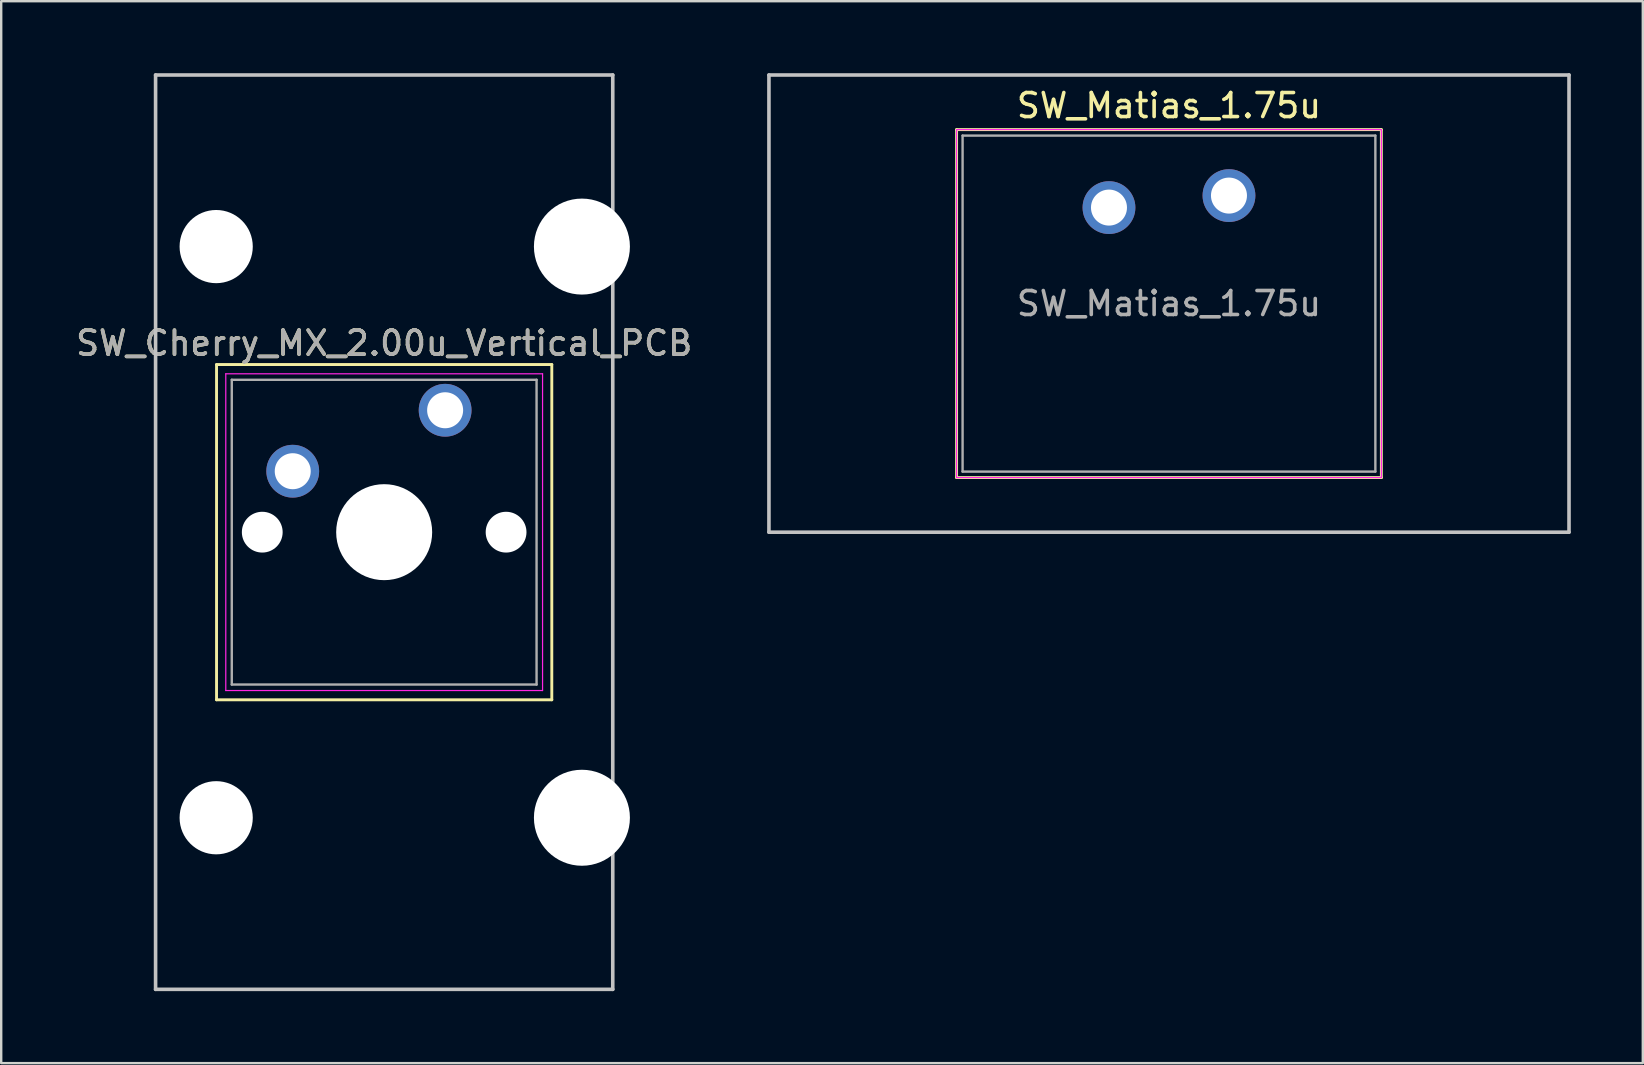
<source format=kicad_pcb>
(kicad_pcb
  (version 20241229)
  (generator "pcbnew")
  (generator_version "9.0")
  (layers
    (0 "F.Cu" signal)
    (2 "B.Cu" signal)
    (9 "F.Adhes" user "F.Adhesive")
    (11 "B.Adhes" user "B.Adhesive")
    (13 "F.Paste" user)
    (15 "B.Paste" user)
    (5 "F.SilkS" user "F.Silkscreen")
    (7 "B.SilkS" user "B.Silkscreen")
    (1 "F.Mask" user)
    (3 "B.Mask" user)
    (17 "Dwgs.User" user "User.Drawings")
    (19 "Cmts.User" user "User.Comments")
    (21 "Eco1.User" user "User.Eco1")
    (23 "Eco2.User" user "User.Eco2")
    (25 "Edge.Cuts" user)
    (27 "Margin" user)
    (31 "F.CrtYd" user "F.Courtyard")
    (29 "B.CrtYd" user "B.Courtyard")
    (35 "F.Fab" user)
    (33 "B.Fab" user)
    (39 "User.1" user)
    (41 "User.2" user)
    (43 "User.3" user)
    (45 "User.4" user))
  (footprint "SW_Cherry_MX_2.00u_Vertical_PCB"
    (layer "F.Cu")
    (at 15.498 14.045)
    (property "Reference" "SW_Cherry_MX_2.00u_Vertical_PCB" (at -2.54 -2.794 0) (layer "F.SilkS") (effects (font (size 1 1) (thickness 0.15))))
    (attr through_hole)
    (fp_line (start -9.525 -1.905) (end 4.445 -1.905) (stroke (width 0.12) (type solid)) (layer "F.SilkS"))
    (fp_line (start -9.525 12.065) (end -9.525 -1.905) (stroke (width 0.12) (type solid)) (layer "F.SilkS"))
    (fp_line (start 4.445 -1.905) (end 4.445 12.065) (stroke (width 0.12) (type solid)) (layer "F.SilkS"))
    (fp_line (start 4.445 12.065) (end -9.525 12.065) (stroke (width 0.12) (type solid)) (layer "F.SilkS"))
    (fp_line (start -12.065 -13.97) (end 6.985 -13.97) (stroke (width 0.15) (type solid)) (layer "Dwgs.User"))
    (fp_line (start -12.065 24.13) (end -12.065 -13.97) (stroke (width 0.15) (type solid)) (layer "Dwgs.User"))
    (fp_line (start 6.985 -13.97) (end 6.985 24.13) (stroke (width 0.15) (type solid)) (layer "Dwgs.User"))
    (fp_line (start 6.985 24.13) (end -12.065 24.13) (stroke (width 0.15) (type solid)) (layer "Dwgs.User"))
    (fp_line (start -9.14 -1.52) (end 4.06 -1.52) (stroke (width 0.05) (type solid)) (layer "F.CrtYd"))
    (fp_line (start -9.14 11.68) (end -9.14 -1.52) (stroke (width 0.05) (type solid)) (layer "F.CrtYd"))
    (fp_line (start 4.06 -1.52) (end 4.06 11.68) (stroke (width 0.05) (type solid)) (layer "F.CrtYd"))
    (fp_line (start 4.06 11.68) (end -9.14 11.68) (stroke (width 0.05) (type solid)) (layer "F.CrtYd"))
    (fp_line (start -8.89 -1.27) (end 3.81 -1.27) (stroke (width 0.1) (type solid)) (layer "F.Fab"))
    (fp_line (start -8.89 11.43) (end -8.89 -1.27) (stroke (width 0.1) (type solid)) (layer "F.Fab"))
    (fp_line (start 3.81 -1.27) (end 3.81 11.43) (stroke (width 0.1) (type solid)) (layer "F.Fab"))
    (fp_line (start 3.81 11.43) (end -8.89 11.43) (stroke (width 0.1) (type solid)) (layer "F.Fab"))
    (fp_text user "${REFERENCE}" (at -2.54 -2.794 0) (layer "F.Fab") (effects (font (size 1 1) (thickness 0.15))))
    (pad "" np_thru_hole circle (at -9.54 -6.82) (size 3.05 3.05) (drill 3.05) (layers "*.Cu" "*.Mask"))
    (pad "" np_thru_hole circle (at -9.54 16.98) (size 3.05 3.05) (drill 3.05) (layers "*.Cu" "*.Mask"))
    (pad "" np_thru_hole circle (at -7.62 5.08) (size 1.7 1.7) (drill 1.7) (layers "*.Cu" "*.Mask"))
    (pad "" np_thru_hole circle (at -2.54 5.08) (size 4 4) (drill 4) (layers "*.Cu" "*.Mask"))
    (pad "" np_thru_hole circle (at 2.54 5.08) (size 1.7 1.7) (drill 1.7) (layers "*.Cu" "*.Mask"))
    (pad "" np_thru_hole circle (at 5.7 -6.82) (size 4 4) (drill 4) (layers "*.Cu" "*.Mask"))
    (pad "" np_thru_hole circle (at 5.7 16.98) (size 4 4) (drill 4) (layers "*.Cu" "*.Mask"))
    (pad "1" thru_hole circle (at 0 0) (size 2.2 2.2) (drill 1.5) (layers "*.Cu" "*.Mask"))
    (pad "2" thru_hole circle (at -6.35 2.54) (size 2.2 2.2) (drill 1.5) (layers "*.Cu" "*.Mask")))
  (footprint "SW_Matias_1.75u"
    (layer "F.Cu")
    (at 48.16 5.1)
    (property "Reference" "SW_Matias_1.75u" (at -2.5 -3.75 0) (layer "F.SilkS") (effects (font (size 1 1) (thickness 0.15))))
    (attr through_hole)
    (fp_line (start -11.35 -2.75) (end 6.35 -2.75) (stroke (width 0.12) (type solid)) (layer "F.SilkS"))
    (fp_line (start -11.35 11.75) (end -11.35 -2.75) (stroke (width 0.12) (type solid)) (layer "F.SilkS"))
    (fp_line (start 6.35 -2.75) (end 6.35 11.75) (stroke (width 0.12) (type solid)) (layer "F.SilkS"))
    (fp_line (start 6.35 11.75) (end -11.35 11.75) (stroke (width 0.12) (type solid)) (layer "F.SilkS"))
    (fp_line (start -19.169 -5.025) (end 14.169 -5.025) (stroke (width 0.15) (type solid)) (layer "Dwgs.User"))
    (fp_line (start -19.169 14.025) (end -19.169 -5.025) (stroke (width 0.15) (type solid)) (layer "Dwgs.User"))
    (fp_line (start 14.169 -5.025) (end 14.169 14.025) (stroke (width 0.15) (type solid)) (layer "Dwgs.User"))
    (fp_line (start 14.169 14.025) (end -19.169 14.025) (stroke (width 0.15) (type solid)) (layer "Dwgs.User"))
    (fp_line (start -11.35 -2.75) (end -11.35 11.75) (stroke (width 0.05) (type solid)) (layer "F.CrtYd"))
    (fp_line (start -11.35 -2.75) (end 6.35 -2.75) (stroke (width 0.05) (type solid)) (layer "F.CrtYd"))
    (fp_line (start -11.35 11.75) (end 6.35 11.75) (stroke (width 0.05) (type solid)) (layer "F.CrtYd"))
    (fp_line (start 6.35 11.75) (end 6.35 -2.75) (stroke (width 0.05) (type solid)) (layer "F.CrtYd"))
    (fp_line (start -11.1 -2.5) (end 6.1 -2.5) (stroke (width 0.1) (type solid)) (layer "F.Fab"))
    (fp_line (start -11.1 11.5) (end -11.1 -2.5) (stroke (width 0.1) (type solid)) (layer "F.Fab"))
    (fp_line (start 6.1 -2.5) (end 6.1 11.5) (stroke (width 0.1) (type solid)) (layer "F.Fab"))
    (fp_line (start 6.1 11.5) (end -11.1 11.5) (stroke (width 0.1) (type solid)) (layer "F.Fab"))
    (fp_text user "${REFERENCE}" (at -2.5 4.5 0) (layer "F.Fab") (effects (font (size 1 1) (thickness 0.15))))
    (pad "1" thru_hole circle (at 0 0) (size 2.2 2.2) (drill 1.5) (layers "*.Cu" "*.Mask"))
    (pad "2" thru_hole circle (at -5 0.5) (size 2.2 2.2) (drill 1.5) (layers "*.Cu" "*.Mask")))
  (gr_rect
    (start -3 -3)
    (end 65.404 41.25)
    (stroke (width 0.1) (type default))
    (fill no)
    (layer "Edge.Cuts")))
</source>
